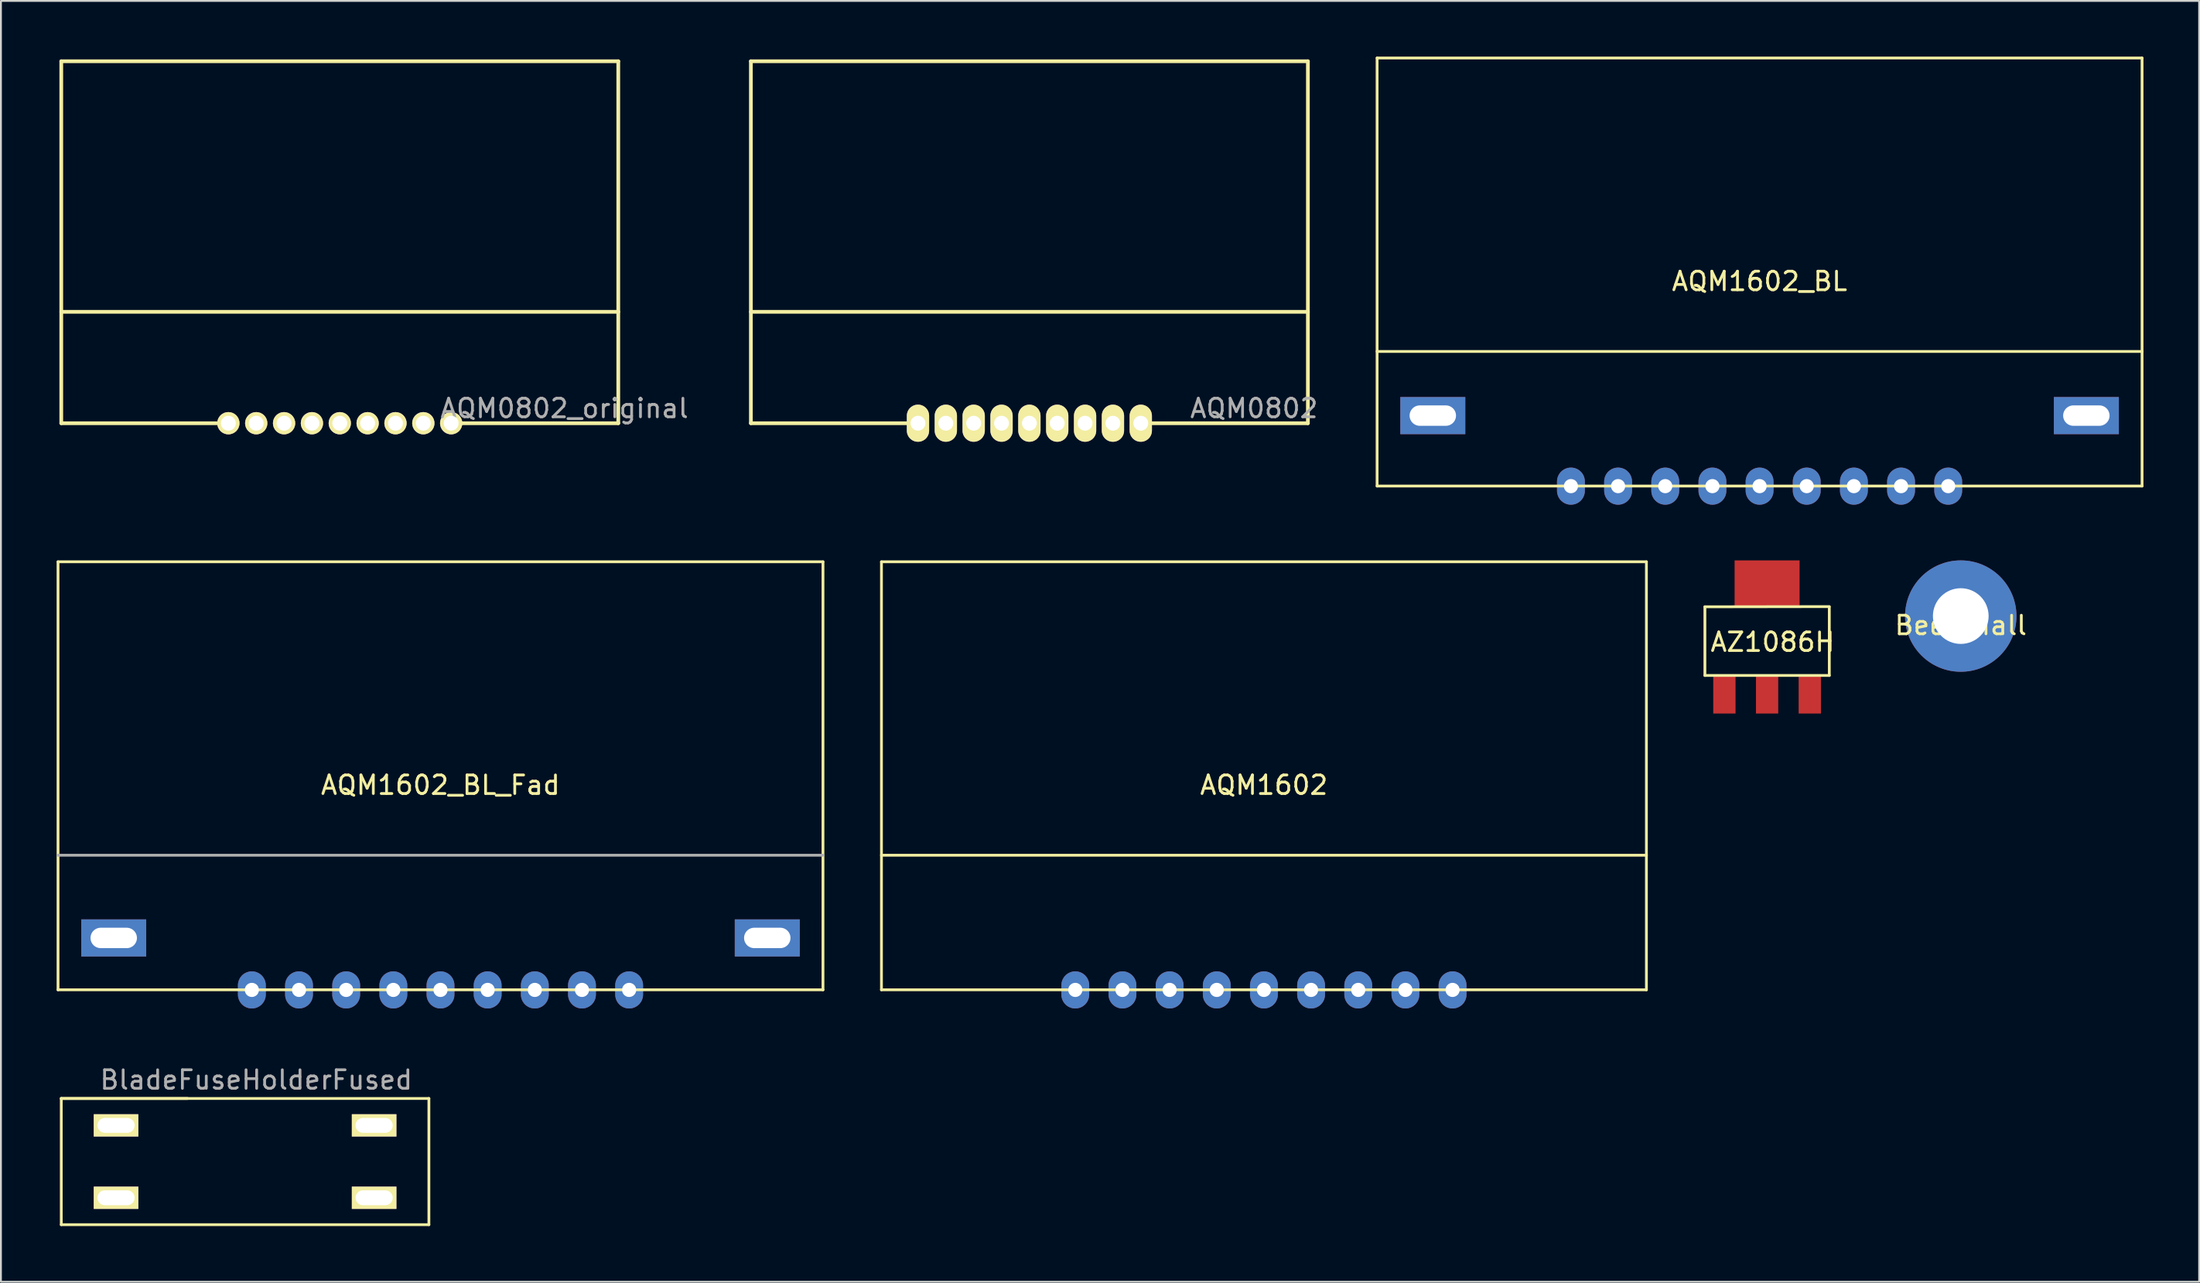
<source format=kicad_pcb>
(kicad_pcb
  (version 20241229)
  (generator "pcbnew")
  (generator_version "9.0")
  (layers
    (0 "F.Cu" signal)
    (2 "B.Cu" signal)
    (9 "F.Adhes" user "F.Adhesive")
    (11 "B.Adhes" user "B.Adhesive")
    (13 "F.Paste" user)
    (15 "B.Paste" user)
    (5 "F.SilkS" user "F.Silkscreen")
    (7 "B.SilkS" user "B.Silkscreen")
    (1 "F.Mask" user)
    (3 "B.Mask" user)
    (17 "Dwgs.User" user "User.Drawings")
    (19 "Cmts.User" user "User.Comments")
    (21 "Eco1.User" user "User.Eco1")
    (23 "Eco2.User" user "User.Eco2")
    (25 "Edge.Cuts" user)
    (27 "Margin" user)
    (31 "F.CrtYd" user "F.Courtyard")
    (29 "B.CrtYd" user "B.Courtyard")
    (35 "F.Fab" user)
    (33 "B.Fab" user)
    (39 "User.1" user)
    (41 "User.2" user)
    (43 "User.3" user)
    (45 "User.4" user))
  (footprint "BladeFuseHolderFused"
    (layer "F.Cu")
    (at 0.25 56.128)
    (property "Reference" "BladeFuseHolderFused" (at 10.5 -1 0) (layer "F.Fab") (effects (font (size 1 1) (thickness 0.15))))
    (attr through_hole)
    (fp_line (start 0 0) (end 0 6.8) (stroke (width 0.15) (type solid)) (layer "F.SilkS"))
    (fp_line (start 0 0) (end 6.8 0) (stroke (width 0.15) (type solid)) (layer "F.SilkS"))
    (fp_line (start 0 0) (end 19.8 0) (stroke (width 0.15) (type solid)) (layer "F.SilkS"))
    (fp_line (start 0 6.8) (end 19.8 6.8) (stroke (width 0.15) (type solid)) (layer "F.SilkS"))
    (fp_line (start 19.8 6.8) (end 19.8 0) (stroke (width 0.15) (type solid)) (layer "F.SilkS"))
    (pad "1" thru_hole rect (at 2.95 1.45) (size 2.4 1.2) (drill oval 2 0.8) (layers "*.Cu" "*.Mask" "F.SilkS"))
    (pad "1" thru_hole rect (at 2.95 5.35) (size 2.4 1.2) (drill oval 2 0.8) (layers "*.Cu" "*.Mask" "F.SilkS"))
    (pad "2" thru_hole rect (at 16.85 1.45) (size 2.4 1.2) (drill oval 2 0.8) (layers "*.Cu" "*.Mask" "F.SilkS"))
    (pad "2" thru_hole rect (at 16.85 5.35) (size 2.4 1.2) (drill oval 2 0.8) (layers "*.Cu" "*.Mask" "F.SilkS")))
  (footprint "AZ1086H"
    (layer "F.Cu")
    (at 92.125 31.49)
    (property "Reference" "AZ1086H" (at 0.3 0.05 0) (layer "F.SilkS") (effects (font (size 1 1) (thickness 0.15))))
    (attr through_hole)
    (fp_line (start -3.35 -1.85) (end -3.35 1.85) (stroke (width 0.15) (type solid)) (layer "F.SilkS"))
    (fp_line (start -3.35 -1.85) (end 3.35 -1.86) (stroke (width 0.15) (type solid)) (layer "F.SilkS"))
    (fp_line (start 3.35 -1.85) (end 3.35 1.85) (stroke (width 0.15) (type solid)) (layer "F.SilkS"))
    (fp_line (start 3.35 1.85) (end -3.35 1.85) (stroke (width 0.15) (type solid)) (layer "F.SilkS"))
    (pad "1" smd rect (at -2.3 2.9) (size 1.2 2) (layers "F.Cu" "F.Mask" "F.Paste"))
    (pad "2" smd rect (at 0 -3.1) (size 3.5 2.5) (layers "F.Cu" "F.Mask" "F.Paste"))
    (pad "2" smd rect (at 0 2.9) (size 1.2 2) (layers "F.Cu" "F.Mask" "F.Paste"))
    (pad "3" smd rect (at 2.3 2.9) (size 1.2 2) (layers "F.Cu" "F.Mask" "F.Paste")))
  (footprint "AQM1602_BL"
    (layer "F.Cu")
    (at 91.72 11.605)
    (property "Reference" "AQM1602_BL" (at 0 0.5 0) (layer "F.SilkS") (effects (font (size 1 1) (thickness 0.15))))
    (attr through_hole)
    (fp_line (start -20.6 -11.53) (end 20.6 -11.53) (stroke (width 0.15) (type solid)) (layer "F.SilkS"))
    (fp_line (start -20.6 4.28) (end 20.6 4.28) (stroke (width 0.15) (type solid)) (layer "F.SilkS"))
    (fp_line (start -20.6 11.53) (end -20.6 -11.53) (stroke (width 0.15) (type solid)) (layer "F.SilkS"))
    (fp_line (start 20.6 -11.53) (end 20.6 11.53) (stroke (width 0.15) (type solid)) (layer "F.SilkS"))
    (fp_line (start 20.6 11.53) (end -20.6 11.53) (stroke (width 0.15) (type solid)) (layer "F.SilkS"))
    (pad "1" thru_hole oval (at -10.16 11.535) (size 1.5 2) (drill 0.762) (layers "*.Cu" "*.Mask"))
    (pad "2" thru_hole oval (at -7.62 11.535) (size 1.5 2) (drill 0.762) (layers "*.Cu" "*.Mask"))
    (pad "3" thru_hole oval (at -5.08 11.535) (size 1.5 2) (drill 0.762) (layers "*.Cu" "*.Mask"))
    (pad "4" thru_hole oval (at -2.54 11.535) (size 1.5 2) (drill 0.762) (layers "*.Cu" "*.Mask"))
    (pad "5" thru_hole oval (at 0 11.535) (size 1.5 2) (drill 0.762) (layers "*.Cu" "*.Mask"))
    (pad "6" thru_hole oval (at 2.54 11.535) (size 1.5 2) (drill 0.762) (layers "*.Cu" "*.Mask"))
    (pad "7" thru_hole oval (at 5.08 11.535) (size 1.5 2) (drill 0.762) (layers "*.Cu" "*.Mask"))
    (pad "8" thru_hole oval (at 7.62 11.535) (size 1.5 2) (drill 0.762) (layers "*.Cu" "*.Mask"))
    (pad "9" thru_hole oval (at 10.16 11.535) (size 1.5 2) (drill 0.762) (layers "*.Cu" "*.Mask"))
    (pad "10" thru_hole rect (at -17.6 7.735) (size 3.5 2) (drill oval 2.5 1.1) (layers "*.Cu" "*.Mask"))
    (pad "11" thru_hole rect (at 17.6 7.735) (size 3.5 2) (drill oval 2.5 1.1) (layers "*.Cu" "*.Mask")))
  (footprint "AQM1602_BL_Fad"
    (layer "F.Cu")
    (at 20.675 38.745)
    (property "Reference" "AQM1602_BL_Fad" (at 0 0.5 0) (layer "F.SilkS") (effects (font (size 1 1) (thickness 0.15))))
    (attr through_hole)
    (fp_line (start -20.6 -11.53) (end 20.6 -11.53) (stroke (width 0.15) (type solid)) (layer "F.SilkS"))
    (fp_line (start -20.6 11.53) (end -20.6 -11.53) (stroke (width 0.15) (type solid)) (layer "F.SilkS"))
    (fp_line (start 20.6 -11.53) (end 20.6 11.53) (stroke (width 0.15) (type solid)) (layer "F.SilkS"))
    (fp_line (start 20.6 11.53) (end -20.6 11.53) (stroke (width 0.15) (type solid)) (layer "F.SilkS"))
    (fp_line (start 20.6 4.28) (end -20.6 4.28) (stroke (width 0.15) (type solid)) (layer "F.Fab"))
    (pad "1" thru_hole oval (at -10.16 11.535) (size 1.5 2) (drill 0.762) (layers "*.Cu" "*.Mask"))
    (pad "2" thru_hole oval (at -7.62 11.535) (size 1.5 2) (drill 0.762) (layers "*.Cu" "*.Mask"))
    (pad "3" thru_hole oval (at -5.08 11.535) (size 1.5 2) (drill 0.762) (layers "*.Cu" "*.Mask"))
    (pad "4" thru_hole oval (at -2.54 11.535) (size 1.5 2) (drill 0.762) (layers "*.Cu" "*.Mask"))
    (pad "5" thru_hole oval (at 0 11.535) (size 1.5 2) (drill 0.762) (layers "*.Cu" "*.Mask"))
    (pad "6" thru_hole oval (at 2.54 11.535) (size 1.5 2) (drill 0.762) (layers "*.Cu" "*.Mask"))
    (pad "7" thru_hole oval (at 5.08 11.535) (size 1.5 2) (drill 0.762) (layers "*.Cu" "*.Mask"))
    (pad "8" thru_hole oval (at 7.62 11.535) (size 1.5 2) (drill 0.762) (layers "*.Cu" "*.Mask"))
    (pad "9" thru_hole oval (at 10.16 11.535) (size 1.5 2) (drill 0.762) (layers "*.Cu" "*.Mask"))
    (pad "10" thru_hole rect (at -17.6 8.735) (size 3.5 2) (drill oval 2.5 1.1) (layers "*.Cu" "*.Mask"))
    (pad "11" thru_hole rect (at 17.6 8.735) (size 3.5 2) (drill oval 2.5 1.1) (layers "*.Cu" "*.Mask")))
  (footprint "AQM0802_original"
    (layer "F.Cu")
    (at 0.25 0.25)
    (property "Reference" "AQM0802_original" (at 27.1 18.7 0) (layer "F.Fab") (effects (font (size 1 1) (thickness 0.15))))
    (attr through_hole)
    (fp_line (start 0 0) (end 30 0) (stroke (width 0.2) (type solid)) (layer "F.SilkS"))
    (fp_line (start 0 13.5) (end 30 13.5) (stroke (width 0.2) (type solid)) (layer "F.SilkS"))
    (fp_line (start 0 19.5) (end 0 0) (stroke (width 0.2) (type solid)) (layer "F.SilkS"))
    (fp_line (start 9 19.5) (end 0 19.5) (stroke (width 0.2) (type solid)) (layer "F.SilkS"))
    (fp_line (start 21 19.5) (end 30 19.5) (stroke (width 0.2) (type solid)) (layer "F.SilkS"))
    (fp_line (start 30 0) (end 30 19.5) (stroke (width 0.2) (type solid)) (layer "F.SilkS"))
    (pad "1" thru_hole circle (at 9 19.5) (size 1.2 1.2) (drill 0.8) (layers "*.Cu" "*.Mask" "F.SilkS"))
    (pad "2" thru_hole circle (at 10.5 19.5) (size 1.2 1.2) (drill 0.8) (layers "*.Cu" "*.Mask" "F.SilkS"))
    (pad "3" thru_hole circle (at 12 19.5) (size 1.2 1.2) (drill 0.8) (layers "*.Cu" "*.Mask" "F.SilkS"))
    (pad "4" thru_hole circle (at 13.5 19.5) (size 1.2 1.2) (drill 0.8) (layers "*.Cu" "*.Mask" "F.SilkS"))
    (pad "5" thru_hole circle (at 15 19.5) (size 1.2 1.2) (drill 0.8) (layers "*.Cu" "*.Mask" "F.SilkS"))
    (pad "6" thru_hole circle (at 16.5 19.5) (size 1.2 1.2) (drill 0.8) (layers "*.Cu" "*.Mask" "F.SilkS"))
    (pad "7" thru_hole circle (at 18 19.5) (size 1.2 1.2) (drill 0.8) (layers "*.Cu" "*.Mask" "F.SilkS"))
    (pad "8" thru_hole circle (at 19.5 19.5) (size 1.2 1.2) (drill 0.8) (layers "*.Cu" "*.Mask" "F.SilkS"))
    (pad "9" thru_hole circle (at 21 19.5) (size 1.2 1.2) (drill 0.8) (layers "*.Cu" "*.Mask" "F.SilkS")))
  (footprint "AQM1602"
    (layer "F.Cu")
    (at 65.025 38.745)
    (property "Reference" "AQM1602" (at 0 0.5 0) (layer "F.SilkS") (effects (font (size 1 1) (thickness 0.15))))
    (attr through_hole)
    (fp_line (start -20.6 -11.53) (end 20.6 -11.53) (stroke (width 0.15) (type solid)) (layer "F.SilkS"))
    (fp_line (start -20.6 4.28) (end 20.6 4.28) (stroke (width 0.15) (type solid)) (layer "F.SilkS"))
    (fp_line (start -20.6 11.53) (end -20.6 -11.53) (stroke (width 0.15) (type solid)) (layer "F.SilkS"))
    (fp_line (start 20.6 -11.53) (end 20.6 11.53) (stroke (width 0.15) (type solid)) (layer "F.SilkS"))
    (fp_line (start 20.6 11.53) (end -20.6 11.53) (stroke (width 0.15) (type solid)) (layer "F.SilkS"))
    (pad "1" thru_hole oval (at -10.16 11.535) (size 1.5 2) (drill 0.762) (layers "*.Cu" "*.Mask"))
    (pad "2" thru_hole oval (at -7.62 11.535) (size 1.5 2) (drill 0.762) (layers "*.Cu" "*.Mask"))
    (pad "3" thru_hole oval (at -5.08 11.535) (size 1.5 2) (drill 0.762) (layers "*.Cu" "*.Mask"))
    (pad "4" thru_hole oval (at -2.54 11.535) (size 1.5 2) (drill 0.762) (layers "*.Cu" "*.Mask"))
    (pad "5" thru_hole oval (at 0 11.535) (size 1.5 2) (drill 0.762) (layers "*.Cu" "*.Mask"))
    (pad "6" thru_hole oval (at 2.54 11.535) (size 1.5 2) (drill 0.762) (layers "*.Cu" "*.Mask"))
    (pad "7" thru_hole oval (at 5.08 11.535) (size 1.5 2) (drill 0.762) (layers "*.Cu" "*.Mask"))
    (pad "8" thru_hole oval (at 7.62 11.535) (size 1.5 2) (drill 0.762) (layers "*.Cu" "*.Mask"))
    (pad "9" thru_hole oval (at 10.16 11.535) (size 1.5 2) (drill 0.762) (layers "*.Cu" "*.Mask")))
  (footprint "AQM0802"
    (layer "F.Cu")
    (at 37.392 0.25)
    (property "Reference" "AQM0802" (at 27.1 18.7 0) (layer "F.Fab") (effects (font (size 1 1) (thickness 0.15))))
    (attr through_hole)
    (fp_line (start 0 0) (end 30 0) (stroke (width 0.2) (type solid)) (layer "F.SilkS"))
    (fp_line (start 0 13.5) (end 30 13.5) (stroke (width 0.2) (type solid)) (layer "F.SilkS"))
    (fp_line (start 0 19.5) (end 0 0) (stroke (width 0.2) (type solid)) (layer "F.SilkS"))
    (fp_line (start 9 19.5) (end 0 19.5) (stroke (width 0.2) (type solid)) (layer "F.SilkS"))
    (fp_line (start 21 19.5) (end 30 19.5) (stroke (width 0.2) (type solid)) (layer "F.SilkS"))
    (fp_line (start 30 0) (end 30 19.5) (stroke (width 0.2) (type solid)) (layer "F.SilkS"))
    (pad "1" thru_hole oval (at 9 19.5) (size 1.2 2) (drill 0.8) (layers "*.Cu" "*.Mask" "F.SilkS"))
    (pad "2" thru_hole oval (at 10.5 19.5) (size 1.2 2) (drill 0.8) (layers "*.Cu" "*.Mask" "F.SilkS"))
    (pad "3" thru_hole oval (at 12 19.5) (size 1.2 2) (drill 0.8) (layers "*.Cu" "*.Mask" "F.SilkS"))
    (pad "4" thru_hole oval (at 13.5 19.5) (size 1.2 2) (drill 0.8) (layers "*.Cu" "*.Mask" "F.SilkS"))
    (pad "5" thru_hole oval (at 15 19.5) (size 1.2 2) (drill 0.8) (layers "*.Cu" "*.Mask" "F.SilkS"))
    (pad "6" thru_hole oval (at 16.5 19.5) (size 1.2 2) (drill 0.8) (layers "*.Cu" "*.Mask" "F.SilkS"))
    (pad "7" thru_hole oval (at 18 19.5) (size 1.2 2) (drill 0.8) (layers "*.Cu" "*.Mask" "F.SilkS"))
    (pad "8" thru_hole oval (at 19.5 19.5) (size 1.2 2) (drill 0.8) (layers "*.Cu" "*.Mask" "F.SilkS"))
    (pad "9" thru_hole oval (at 21 19.5) (size 1.2 2) (drill 0.8) (layers "*.Cu" "*.Mask" "F.SilkS")))
  (footprint "Beer_Hall"
    (layer "F.Cu")
    (at 102.556 30.14)
    (property "Reference" "Beer_Hall" (at 0 0.5 0) (layer "F.SilkS") (effects (font (size 1 1) (thickness 0.15))))
    (attr through_hole)
    (pad "1" thru_hole circle (at 0 0) (size 6 6) (drill 3) (layers "*.Cu" "*.Paste")))
  (gr_rect
    (start -3 -3)
    (end 115.395 66.003)
    (stroke (width 0.1) (type default))
    (fill no)
    (layer "Edge.Cuts")))
</source>
